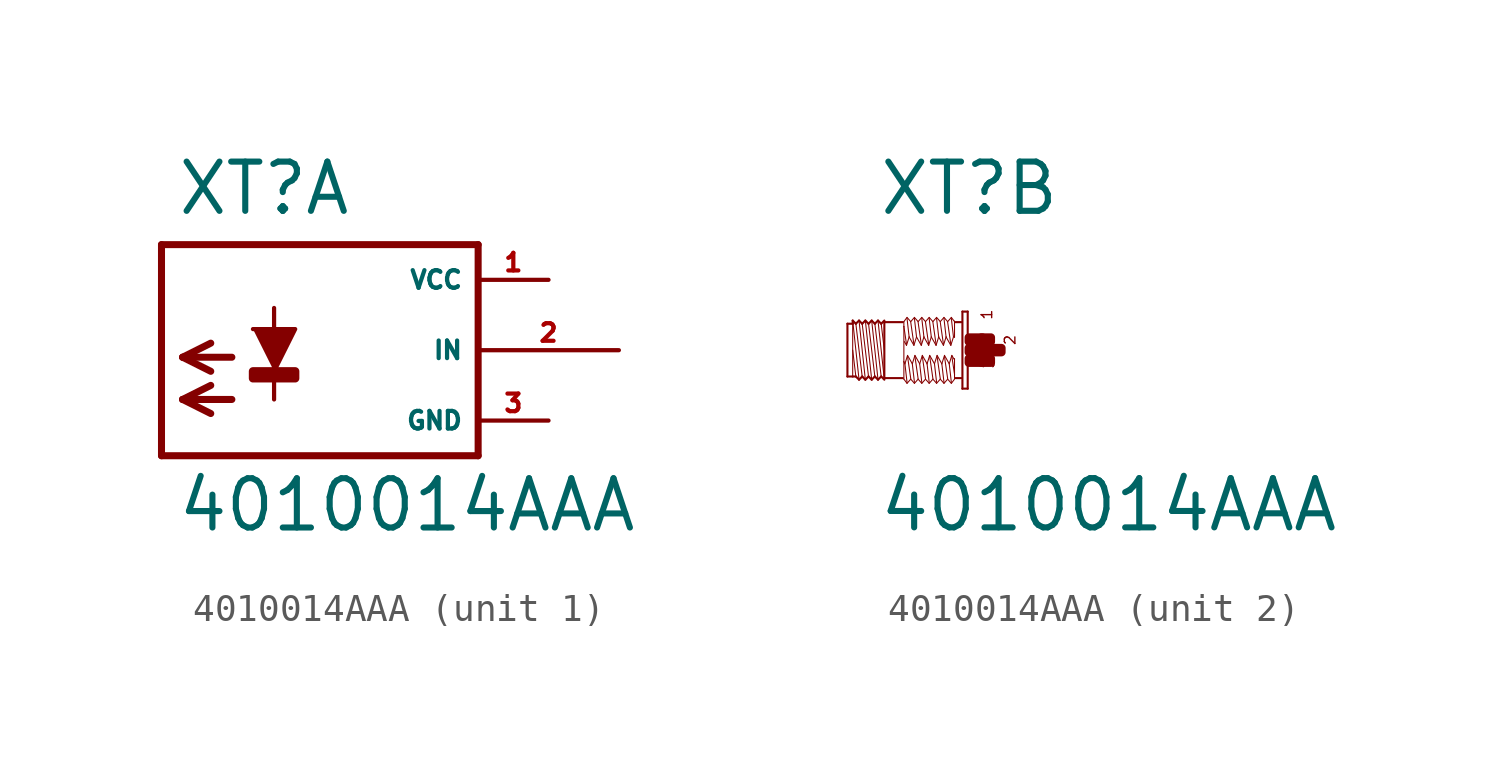
<source format=kicad_sym>
(kicad_symbol_lib
  (version 20220914)
  (generator Eagle2Kicad)
  (symbol "4010014AAA"
    (property "Reference" "XT"
      (at -3.302 4.801 0)
      (effects (font (size 1.778 1.778) (thickness 0.22)) (justify left bottom)))
    (property "Value" "4010014AAA"
      (at -3.302 -6.629 0)
      (effects (font (size 1.778 1.778) (thickness 0.22)) (justify left bottom)))
    (symbol "4010014AAA_1_0"
      (polyline (pts (xy 0.254 -0.762) (xy 1.016 0.762) (xy -0.508 0.762)) (stroke (width 0.152) (type default)) (fill (type outline)))
      (polyline (pts (xy -1.27 -0.254) (xy -3.048 -0.254)) (stroke (width 0.254) (type default)) (fill (type none)))
      (polyline (pts (xy -3.048 -0.254) (xy -2.032 -0.762)) (stroke (width 0.254) (type default)) (fill (type none)))
      (polyline (pts (xy -3.048 -0.254) (xy -2.032 0.254)) (stroke (width 0.254) (type default)) (fill (type none)))
      (polyline (pts (xy -1.27 -1.778) (xy -3.048 -1.778)) (stroke (width 0.254) (type default)) (fill (type none)))
      (polyline (pts (xy -3.048 -1.778) (xy -2.032 -2.286)) (stroke (width 0.254) (type default)) (fill (type none)))
      (polyline (pts (xy -3.048 -1.778) (xy -2.032 -1.27)) (stroke (width 0.254) (type default)) (fill (type none)))
      (polyline (pts (xy 0.254 -1.778) (xy 0.254 1.524)) (stroke (width 0.152) (type default)) (fill (type none)))
      (polyline (pts (xy 7.62 3.81) (xy -3.81 3.81)) (stroke (width 0.254) (type default)) (fill (type none)))
      (polyline (pts (xy -3.81 3.81) (xy -3.81 -3.81)) (stroke (width 0.254) (type default)) (fill (type none)))
      (polyline (pts (xy -3.81 -3.81) (xy 7.62 -3.81)) (stroke (width 0.254) (type default)) (fill (type none)))
      (polyline (pts (xy 7.62 -3.81) (xy 7.62 3.81)) (stroke (width 0.254) (type default)) (fill (type none)))
      (rectangle (start -0.508 -1.016) (end 1.016 -0.762) (stroke (width 0.3) (type default)) (fill (type outline)))
      (pin unspecified line (at 10.16 2.54 180) (length 2.54) (name "VCC" (effects (font (size 0.635 0.635) (thickness 0.08)) (justify left bottom))) (number "1" (effects (font (size 0.635 0.635) (thickness 0.08)) (justify left bottom))))
      (pin unspecified line (at 10.16 -2.54 180) (length 2.54) (name "GND" (effects (font (size 0.635 0.635) (thickness 0.08)) (justify left bottom))) (number "3" (effects (font (size 0.635 0.635) (thickness 0.08)) (justify left bottom))))
      (pin input line (at 12.7 0 180) (length 5.08) (name "IN" (effects (font (size 0.635 0.635) (thickness 0.08)) (justify left bottom))) (number "2" (effects (font (size 0.635 0.635) (thickness 0.08)) (justify left bottom)))))
    (symbol "4010014AAA_2_0"
      (polyline (pts (xy -3.048 -1.067) (xy -3.277 1.067)) (stroke (width 0.038) (type default)) (fill (type none)))
      (polyline (pts (xy -3.162 0.953) (xy -3.048 0)) (stroke (width 0.038) (type default)) (fill (type none)))
      (polyline (pts (xy -3.162 -0.953) (xy -3.391 0.953)) (stroke (width 0.038) (type default)) (fill (type none)))
      (polyline (pts (xy -3.277 -1.067) (xy -3.505 1.067)) (stroke (width 0.038) (type default)) (fill (type none)))
      (polyline (pts (xy -3.391 -0.953) (xy -3.619 0.953)) (stroke (width 0.038) (type default)) (fill (type none)))
      (polyline (pts (xy -3.505 -1.067) (xy -3.734 1.067)) (stroke (width 0.038) (type default)) (fill (type none)))
      (polyline (pts (xy -3.619 -0.953) (xy -3.848 0.953)) (stroke (width 0.038) (type default)) (fill (type none)))
      (polyline (pts (xy -3.734 -1.067) (xy -3.962 1.067)) (stroke (width 0.038) (type default)) (fill (type none)))
      (polyline (pts (xy -3.848 -0.953) (xy -4.077 0.953)) (stroke (width 0.038) (type default)) (fill (type none)))
      (polyline (pts (xy -3.962 -1.067) (xy -4.191 1.067)) (stroke (width 0.038) (type default)) (fill (type none)))
      (polyline (pts (xy -4.191 0) (xy -4.077 -0.953)) (stroke (width 0.038) (type default)) (fill (type none)))
      (polyline (pts (xy -4.191 1.029) (xy -4.191 0.953)) (stroke (width 0.038) (type default)) (fill (type none)))
      (polyline (pts (xy -4.191 0.953) (xy -4.191 -0.953)) (stroke (width 0.038) (type default)) (fill (type none)))
      (polyline (pts (xy -4.381 -0.953) (xy -4.381 0.953)) (stroke (width 0.076) (type default)) (fill (type none)))
      (polyline (pts (xy -4.381 0.953) (xy -4.191 0.953)) (stroke (width 0.076) (type default)) (fill (type none)))
      (polyline (pts (xy -4.191 0.953) (xy -4.191 1.067)) (stroke (width 0.076) (type default)) (fill (type none)))
      (polyline (pts (xy -4.191 1.067) (xy -4.077 0.953)) (stroke (width 0.076) (type default)) (fill (type none)))
      (polyline (pts (xy -4.077 0.953) (xy -3.962 1.067)) (stroke (width 0.076) (type default)) (fill (type none)))
      (polyline (pts (xy -3.962 1.067) (xy -3.848 0.953)) (stroke (width 0.076) (type default)) (fill (type none)))
      (polyline (pts (xy -3.848 0.953) (xy -3.734 1.067)) (stroke (width 0.076) (type default)) (fill (type none)))
      (polyline (pts (xy -3.734 1.067) (xy -3.619 0.953)) (stroke (width 0.076) (type default)) (fill (type none)))
      (polyline (pts (xy -3.619 0.953) (xy -3.505 1.067)) (stroke (width 0.076) (type default)) (fill (type none)))
      (polyline (pts (xy -3.277 1.067) (xy -3.162 0.953)) (stroke (width 0.076) (type default)) (fill (type none)))
      (polyline (pts (xy -3.162 0.953) (xy -3.048 1.067)) (stroke (width 0.076) (type default)) (fill (type none)))
      (polyline (pts (xy -3.048 -1.067) (xy -3.162 -0.953)) (stroke (width 0.076) (type default)) (fill (type none)))
      (polyline (pts (xy -3.162 -0.953) (xy -3.277 -1.067)) (stroke (width 0.076) (type default)) (fill (type none)))
      (polyline (pts (xy -3.277 -1.067) (xy -3.391 -0.953)) (stroke (width 0.076) (type default)) (fill (type none)))
      (polyline (pts (xy -3.391 -0.953) (xy -3.505 -1.067)) (stroke (width 0.076) (type default)) (fill (type none)))
      (polyline (pts (xy -3.505 -1.067) (xy -3.619 -0.953)) (stroke (width 0.076) (type default)) (fill (type none)))
      (polyline (pts (xy -3.619 -0.953) (xy -3.734 -1.067)) (stroke (width 0.076) (type default)) (fill (type none)))
      (polyline (pts (xy -3.734 -1.067) (xy -3.848 -0.953)) (stroke (width 0.076) (type default)) (fill (type none)))
      (polyline (pts (xy -3.848 -0.953) (xy -3.962 -1.067)) (stroke (width 0.076) (type default)) (fill (type none)))
      (polyline (pts (xy -3.962 -1.067) (xy -4.077 -0.953)) (stroke (width 0.076) (type default)) (fill (type none)))
      (polyline (pts (xy -4.077 -0.953) (xy -4.191 -0.953)) (stroke (width 0.076) (type default)) (fill (type none)))
      (polyline (pts (xy -4.191 -0.953) (xy -4.381 -0.953)) (stroke (width 0.076) (type default)) (fill (type none)))
      (polyline (pts (xy -3.048 1.029) (xy -3.048 1.01)) (stroke (width 0.076) (type default)) (fill (type none)))
      (polyline (pts (xy -3.048 1.01) (xy -3.048 -1.01)) (stroke (width 0.076) (type default)) (fill (type none)))
      (polyline (pts (xy -3.048 -1.01) (xy -3.048 -1.029)) (stroke (width 0.076) (type default)) (fill (type none)))
      (polyline (pts (xy -0.038 1.391) (xy -0.038 -1.391)) (stroke (width 0.076) (type default)) (fill (type none)))
      (polyline (pts (xy -0.038 -1.391) (xy -0.229 -1.391)) (stroke (width 0.076) (type default)) (fill (type none)))
      (polyline (pts (xy -0.229 -1.391) (xy -0.229 1.391)) (stroke (width 0.076) (type default)) (fill (type none)))
      (polyline (pts (xy -0.229 1.391) (xy -0.038 1.391)) (stroke (width 0.076) (type default)) (fill (type none)))
      (polyline (pts (xy -0.267 1.01) (xy -0.476 1.01)) (stroke (width 0.076) (type default)) (fill (type none)))
      (polyline (pts (xy -0.267 -1.01) (xy -0.476 -1.01)) (stroke (width 0.076) (type default)) (fill (type none)))
      (polyline (pts (xy -2.381 -1.01) (xy -3.048 -1.01)) (stroke (width 0.076) (type default)) (fill (type none)))
      (polyline (pts (xy -3.048 1.01) (xy -2.381 1.01)) (stroke (width 0.076) (type default)) (fill (type none)))
      (polyline (pts (xy -0.514 -1.048) (xy -0.629 -1.2)) (stroke (width 0.038) (type default)) (fill (type none)))
      (polyline (pts (xy -0.629 -1.2) (xy -0.762 -1.048)) (stroke (width 0.038) (type default)) (fill (type none)))
      (polyline (pts (xy -0.762 -1.048) (xy -0.895 -1.2)) (stroke (width 0.038) (type default)) (fill (type none)))
      (polyline (pts (xy -0.895 -1.2) (xy -1.029 -1.048)) (stroke (width 0.038) (type default)) (fill (type none)))
      (polyline (pts (xy -1.029 -1.048) (xy -1.162 -1.2)) (stroke (width 0.038) (type default)) (fill (type none)))
      (polyline (pts (xy -1.162 -1.2) (xy -1.295 -1.048)) (stroke (width 0.038) (type default)) (fill (type none)))
      (polyline (pts (xy -1.295 -1.048) (xy -1.429 -1.2)) (stroke (width 0.038) (type default)) (fill (type none)))
      (polyline (pts (xy -1.429 -1.2) (xy -1.562 -1.048)) (stroke (width 0.038) (type default)) (fill (type none)))
      (polyline (pts (xy -1.562 -1.048) (xy -1.696 -1.2)) (stroke (width 0.038) (type default)) (fill (type none)))
      (polyline (pts (xy -1.696 -1.2) (xy -1.829 -1.048)) (stroke (width 0.038) (type default)) (fill (type none)))
      (polyline (pts (xy -1.829 -1.048) (xy -1.962 -1.2)) (stroke (width 0.038) (type default)) (fill (type none)))
      (polyline (pts (xy -1.962 -1.2) (xy -2.095 -1.048)) (stroke (width 0.038) (type default)) (fill (type none)))
      (polyline (pts (xy -2.095 -1.048) (xy -2.229 -1.2)) (stroke (width 0.038) (type default)) (fill (type none)))
      (polyline (pts (xy -2.229 -1.2) (xy -2.343 -1.048)) (stroke (width 0.038) (type default)) (fill (type none)))
      (polyline (pts (xy -2.343 -1.048) (xy -2.343 -0.419)) (stroke (width 0.038) (type default)) (fill (type none)))
      (polyline (pts (xy -2.343 -0.419) (xy -2.343 0.857)) (stroke (width 0.038) (type default)) (fill (type none)))
      (polyline (pts (xy -2.343 0.857) (xy -2.343 1.029)) (stroke (width 0.038) (type default)) (fill (type none)))
      (polyline (pts (xy -0.514 1.048) (xy -0.514 1.029)) (stroke (width 0.038) (type default)) (fill (type none)))
      (polyline (pts (xy -0.514 1.029) (xy -0.514 0.457)) (stroke (width 0.038) (type default)) (fill (type none)))
      (polyline (pts (xy -0.514 -0.305) (xy -0.514 -0.876)) (stroke (width 0.038) (type default)) (fill (type none)))
      (polyline (pts (xy -0.514 -0.876) (xy -0.514 -1.029)) (stroke (width 0.038) (type default)) (fill (type none)))
      (polyline (pts (xy -0.533 -0.324) (xy -0.61 -0.191)) (stroke (width 0.038) (type default)) (fill (type none)))
      (polyline (pts (xy -0.61 -0.191) (xy -0.705 -0.495)) (stroke (width 0.038) (type default)) (fill (type none)))
      (polyline (pts (xy -0.705 -0.495) (xy -0.876 -0.191)) (stroke (width 0.038) (type default)) (fill (type none)))
      (polyline (pts (xy -0.876 -0.191) (xy -0.972 -0.495)) (stroke (width 0.038) (type default)) (fill (type none)))
      (polyline (pts (xy -0.972 -0.495) (xy -1.143 -0.191)) (stroke (width 0.038) (type default)) (fill (type none)))
      (polyline (pts (xy -1.143 -0.191) (xy -1.238 -0.495)) (stroke (width 0.038) (type default)) (fill (type none)))
      (polyline (pts (xy -1.238 -0.495) (xy -1.41 -0.191)) (stroke (width 0.038) (type default)) (fill (type none)))
      (polyline (pts (xy -1.41 -0.191) (xy -1.505 -0.495)) (stroke (width 0.038) (type default)) (fill (type none)))
      (polyline (pts (xy -1.505 -0.495) (xy -1.676 -0.191)) (stroke (width 0.038) (type default)) (fill (type none)))
      (polyline (pts (xy -1.676 -0.191) (xy -1.772 -0.495)) (stroke (width 0.038) (type default)) (fill (type none)))
      (polyline (pts (xy -1.772 -0.495) (xy -1.943 -0.191)) (stroke (width 0.038) (type default)) (fill (type none)))
      (polyline (pts (xy -1.943 -0.191) (xy -2.038 -0.495)) (stroke (width 0.038) (type default)) (fill (type none)))
      (polyline (pts (xy -2.038 -0.495) (xy -2.21 -0.191)) (stroke (width 0.038) (type default)) (fill (type none)))
      (polyline (pts (xy -2.21 -0.191) (xy -2.305 -0.495)) (stroke (width 0.038) (type default)) (fill (type none)))
      (polyline (pts (xy -2.305 -0.495) (xy -2.343 -0.419)) (stroke (width 0.038) (type default)) (fill (type none)))
      (polyline (pts (xy -2.229 -1.162) (xy -2.305 -0.495)) (stroke (width 0.038) (type default)) (fill (type none)))
      (polyline (pts (xy -2.095 -1.029) (xy -2.21 -0.229)) (stroke (width 0.038) (type default)) (fill (type none)))
      (polyline (pts (xy -1.962 -1.162) (xy -2.038 -0.495)) (stroke (width 0.038) (type default)) (fill (type none)))
      (polyline (pts (xy -1.829 -1.029) (xy -1.943 -0.229)) (stroke (width 0.038) (type default)) (fill (type none)))
      (polyline (pts (xy -1.562 -1.029) (xy -1.676 -0.229)) (stroke (width 0.038) (type default)) (fill (type none)))
      (polyline (pts (xy -1.429 -1.162) (xy -1.505 -0.495)) (stroke (width 0.038) (type default)) (fill (type none)))
      (polyline (pts (xy -1.295 -1.029) (xy -1.41 -0.229)) (stroke (width 0.038) (type default)) (fill (type none)))
      (polyline (pts (xy -1.162 -1.162) (xy -1.238 -0.495)) (stroke (width 0.038) (type default)) (fill (type none)))
      (polyline (pts (xy -1.029 -1.029) (xy -1.143 -0.229)) (stroke (width 0.038) (type default)) (fill (type none)))
      (polyline (pts (xy -0.895 -1.162) (xy -0.972 -0.495)) (stroke (width 0.038) (type default)) (fill (type none)))
      (polyline (pts (xy -0.762 -1.029) (xy -0.876 -0.229)) (stroke (width 0.038) (type default)) (fill (type none)))
      (polyline (pts (xy -0.629 -1.162) (xy -0.705 -0.495)) (stroke (width 0.038) (type default)) (fill (type none)))
      (polyline (pts (xy -0.514 -0.876) (xy -0.61 -0.229)) (stroke (width 0.038) (type default)) (fill (type none)))
      (polyline (pts (xy -2.343 1.029) (xy -2.229 1.181)) (stroke (width 0.038) (type default)) (fill (type none)))
      (polyline (pts (xy -2.229 1.181) (xy -2.095 1.029)) (stroke (width 0.038) (type default)) (fill (type none)))
      (polyline (pts (xy -2.095 1.029) (xy -1.962 1.181)) (stroke (width 0.038) (type default)) (fill (type none)))
      (polyline (pts (xy -1.962 1.181) (xy -1.829 1.029)) (stroke (width 0.038) (type default)) (fill (type none)))
      (polyline (pts (xy -1.829 1.029) (xy -1.696 1.181)) (stroke (width 0.038) (type default)) (fill (type none)))
      (polyline (pts (xy -1.696 1.181) (xy -1.562 1.029)) (stroke (width 0.038) (type default)) (fill (type none)))
      (polyline (pts (xy -1.562 1.029) (xy -1.429 1.181)) (stroke (width 0.038) (type default)) (fill (type none)))
      (polyline (pts (xy -1.429 1.181) (xy -1.295 1.029)) (stroke (width 0.038) (type default)) (fill (type none)))
      (polyline (pts (xy -1.295 1.029) (xy -1.162 1.181)) (stroke (width 0.038) (type default)) (fill (type none)))
      (polyline (pts (xy -1.162 1.181) (xy -1.029 1.029)) (stroke (width 0.038) (type default)) (fill (type none)))
      (polyline (pts (xy -1.029 1.029) (xy -0.895 1.181)) (stroke (width 0.038) (type default)) (fill (type none)))
      (polyline (pts (xy -0.895 1.181) (xy -0.762 1.029)) (stroke (width 0.038) (type default)) (fill (type none)))
      (polyline (pts (xy -0.762 1.029) (xy -0.629 1.181)) (stroke (width 0.038) (type default)) (fill (type none)))
      (polyline (pts (xy -0.629 1.181) (xy -0.514 1.029)) (stroke (width 0.038) (type default)) (fill (type none)))
      (polyline (pts (xy -2.324 0.305) (xy -2.248 0.172)) (stroke (width 0.038) (type default)) (fill (type none)))
      (polyline (pts (xy -2.248 0.172) (xy -2.153 0.476)) (stroke (width 0.038) (type default)) (fill (type none)))
      (polyline (pts (xy -2.153 0.476) (xy -1.981 0.172)) (stroke (width 0.038) (type default)) (fill (type none)))
      (polyline (pts (xy -1.981 0.172) (xy -1.886 0.476)) (stroke (width 0.038) (type default)) (fill (type none)))
      (polyline (pts (xy -1.886 0.476) (xy -1.714 0.172)) (stroke (width 0.038) (type default)) (fill (type none)))
      (polyline (pts (xy -1.714 0.172) (xy -1.619 0.476)) (stroke (width 0.038) (type default)) (fill (type none)))
      (polyline (pts (xy -1.619 0.476) (xy -1.448 0.172)) (stroke (width 0.038) (type default)) (fill (type none)))
      (polyline (pts (xy -1.448 0.172) (xy -1.353 0.476)) (stroke (width 0.038) (type default)) (fill (type none)))
      (polyline (pts (xy -1.353 0.476) (xy -1.181 0.172)) (stroke (width 0.038) (type default)) (fill (type none)))
      (polyline (pts (xy -1.181 0.172) (xy -1.086 0.476)) (stroke (width 0.038) (type default)) (fill (type none)))
      (polyline (pts (xy -1.086 0.476) (xy -0.914 0.172)) (stroke (width 0.038) (type default)) (fill (type none)))
      (polyline (pts (xy -0.914 0.172) (xy -0.819 0.476)) (stroke (width 0.038) (type default)) (fill (type none)))
      (polyline (pts (xy -0.819 0.476) (xy -0.648 0.172)) (stroke (width 0.038) (type default)) (fill (type none)))
      (polyline (pts (xy -0.648 0.172) (xy -0.552 0.476)) (stroke (width 0.038) (type default)) (fill (type none)))
      (polyline (pts (xy -0.629 1.143) (xy -0.552 0.476)) (stroke (width 0.038) (type default)) (fill (type none)))
      (polyline (pts (xy -0.762 1.01) (xy -0.648 0.21)) (stroke (width 0.038) (type default)) (fill (type none)))
      (polyline (pts (xy -0.895 1.143) (xy -0.819 0.476)) (stroke (width 0.038) (type default)) (fill (type none)))
      (polyline (pts (xy -1.029 1.01) (xy -0.914 0.21)) (stroke (width 0.038) (type default)) (fill (type none)))
      (polyline (pts (xy -1.162 1.143) (xy -1.086 0.476)) (stroke (width 0.038) (type default)) (fill (type none)))
      (polyline (pts (xy -1.295 1.01) (xy -1.181 0.21)) (stroke (width 0.038) (type default)) (fill (type none)))
      (polyline (pts (xy -1.429 1.143) (xy -1.353 0.476)) (stroke (width 0.038) (type default)) (fill (type none)))
      (polyline (pts (xy -1.562 1.01) (xy -1.448 0.21)) (stroke (width 0.038) (type default)) (fill (type none)))
      (polyline (pts (xy -1.696 1.143) (xy -1.619 0.476)) (stroke (width 0.038) (type default)) (fill (type none)))
      (polyline (pts (xy -1.829 1.01) (xy -1.714 0.21)) (stroke (width 0.038) (type default)) (fill (type none)))
      (polyline (pts (xy -1.962 1.143) (xy -1.886 0.476)) (stroke (width 0.038) (type default)) (fill (type none)))
      (polyline (pts (xy -2.095 1.01) (xy -1.981 0.21)) (stroke (width 0.038) (type default)) (fill (type none)))
      (polyline (pts (xy -2.229 1.143) (xy -2.153 0.476)) (stroke (width 0.038) (type default)) (fill (type none)))
      (polyline (pts (xy -2.343 0.857) (xy -2.248 0.21)) (stroke (width 0.038) (type default)) (fill (type none)))
      (polyline (pts (xy -1.696 -1.162) (xy -1.772 -0.495)) (stroke (width 0.038) (type default)) (fill (type none)))
      (polyline (pts (xy -3.277 1.067) (xy -3.391 0.953)) (stroke (width 0.076) (type default)) (fill (type none)))
      (polyline (pts (xy -3.391 0.953) (xy -3.505 1.067)) (stroke (width 0.076) (type default)) (fill (type none)))
      (text "1" (at 0.876 1.067 1800) (effects (font (size 0.381 0.381) (thickness 0.05)) (justify left bottom)))
      (text "3" (at 0.953 -0.686 1800) (effects (font (size 0.381 0.381) (thickness 0.05)) (justify left bottom)))
      (text "2" (at 1.714 0.152 1800) (effects (font (size 0.381 0.381) (thickness 0.05)) (justify left bottom)))
      (rectangle (start 0 -0.457) (end 0.495 -0.305) (stroke (width 0.3) (type default)) (fill (type outline)))
      (rectangle (start 0 -0.076) (end 0.876 0.076) (stroke (width 0.3) (type default)) (fill (type outline)))
      (rectangle (start 0.457 -0.457) (end 0.8 -0.305) (stroke (width 0.3) (type default)) (fill (type outline)))
      (rectangle (start 0.838 -0.076) (end 1.181 0.076) (stroke (width 0.3) (type default)) (fill (type outline)))
      (rectangle (start 0.457 0.305) (end 0.8 0.457) (stroke (width 0.3) (type default)) (fill (type outline)))
      (rectangle (start 0 0.305) (end 0.495 0.457) (stroke (width 0.3) (type default)) (fill (type outline))))))
</source>
